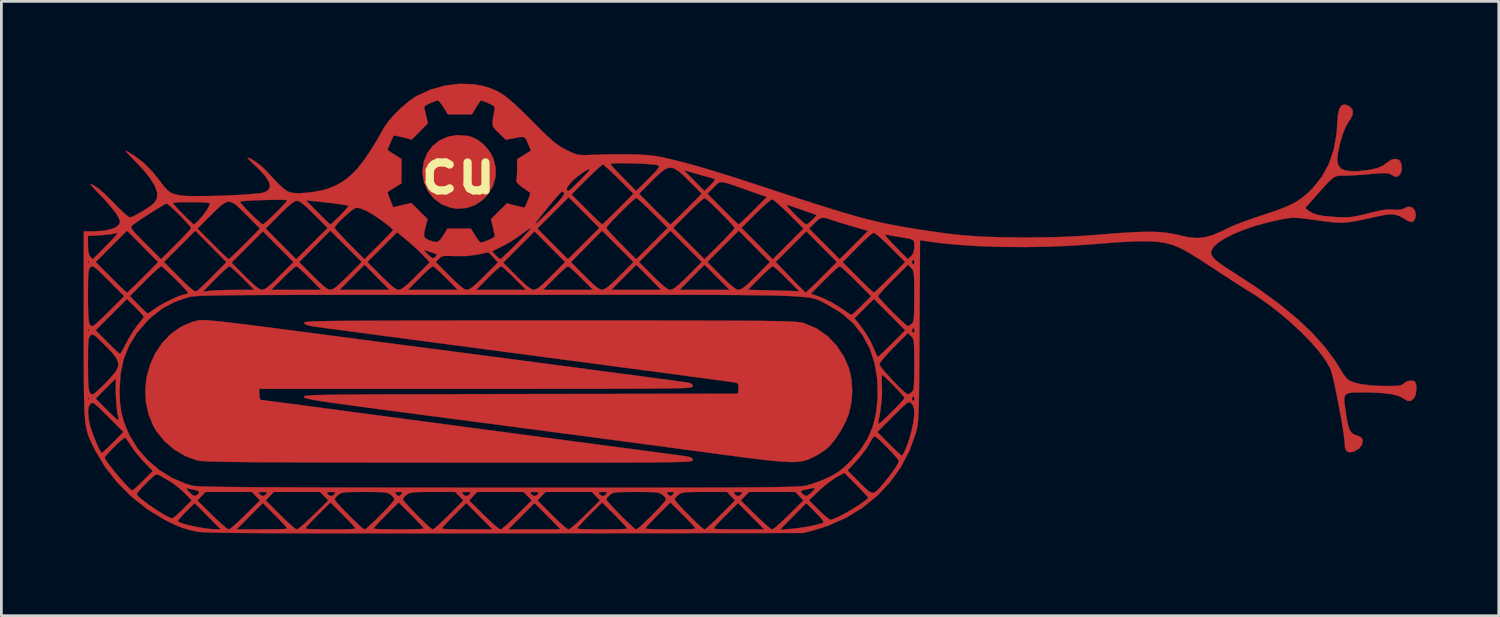
<source format=kicad_pcb>
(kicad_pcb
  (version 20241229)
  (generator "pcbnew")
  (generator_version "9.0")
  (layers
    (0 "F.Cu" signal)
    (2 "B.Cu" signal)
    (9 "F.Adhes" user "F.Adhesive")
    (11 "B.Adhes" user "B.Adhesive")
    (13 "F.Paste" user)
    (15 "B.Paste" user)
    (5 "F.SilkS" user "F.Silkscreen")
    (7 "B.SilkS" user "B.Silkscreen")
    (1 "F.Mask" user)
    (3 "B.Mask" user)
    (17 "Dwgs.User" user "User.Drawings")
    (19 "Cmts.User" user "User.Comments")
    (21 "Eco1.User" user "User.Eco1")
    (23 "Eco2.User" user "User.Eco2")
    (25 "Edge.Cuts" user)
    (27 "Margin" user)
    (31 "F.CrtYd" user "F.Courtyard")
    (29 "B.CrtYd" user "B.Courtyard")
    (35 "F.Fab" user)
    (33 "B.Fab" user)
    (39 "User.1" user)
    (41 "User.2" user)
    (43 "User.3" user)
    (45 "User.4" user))
  (footprint "cu"
    (layer "F.Cu")
    (at 13.67 3.201)
    (property "Reference" "cu" (at 0 0 0) (layer "F.SilkS") (effects (font (size 1.524 1.524) (thickness 0.3))))
    (attr through_hole)
    (fp_poly (pts (xy 0.315 -1.299) (xy 0.469 -1.26) (xy 0.71 -1.144) (xy 0.943 -0.954) (xy 1.14 -0.718) (xy 1.272 -0.468) (xy 1.353 -0.124) (xy 1.344 0.21) (xy 1.254 0.523) (xy 1.095 0.804) (xy 0.876 1.04) (xy 0.609 1.218) (xy 0.302 1.329) (xy -0.033 1.359) (xy -0.288 1.323) (xy -0.621 1.194) (xy -0.903 0.987) (xy -1.12 0.715) (xy -1.263 0.394) (xy -1.318 0.039) (xy -1.319 0.019) (xy -1.276 -0.343) (xy -1.15 -0.661) (xy -0.953 -0.926) (xy -0.696 -1.132) (xy -0.391 -1.268) (xy -0.05 -1.326) (xy 0.315 -1.299)) (stroke (width 0.01) (type solid)) (fill yes) (layer "F.Cu"))
    (fp_poly (pts (xy 4.438 5.436) (xy 5.46 5.436) (xy 6.391 5.436) (xy 7.233 5.436) (xy 7.992 5.437) (xy 8.672 5.438) (xy 9.278 5.439) (xy 9.815 5.441) (xy 10.286 5.443) (xy 10.697 5.445) (xy 11.053 5.448) (xy 11.357 5.452) (xy 11.614 5.456) (xy 11.829 5.461) (xy 12.007 5.466) (xy 12.152 5.473) (xy 12.269 5.48) (xy 12.361 5.488) (xy 12.435 5.497) (xy 12.493 5.506) (xy 12.542 5.517) (xy 12.585 5.529) (xy 12.606 5.535) (xy 13.054 5.725) (xy 13.45 6) (xy 13.787 6.352) (xy 14.06 6.775) (xy 14.23 7.169) (xy 14.321 7.553) (xy 14.351 7.983) (xy 14.32 8.42) (xy 14.228 8.83) (xy 14.226 8.837) (xy 14.111 9.122) (xy 13.951 9.424) (xy 13.765 9.713) (xy 13.573 9.959) (xy 13.421 10.11) (xy 13.274 10.216) (xy 13.08 10.335) (xy 12.911 10.426) (xy 12.796 10.479) (xy 12.683 10.523) (xy 12.562 10.556) (xy 12.425 10.579) (xy 12.264 10.591) (xy 12.069 10.592) (xy 11.832 10.581) (xy 11.545 10.557) (xy 11.199 10.522) (xy 10.785 10.473) (xy 10.295 10.411) (xy 9.721 10.335) (xy 9.169 10.261) (xy 8.671 10.194) (xy 8.198 10.131) (xy 7.742 10.069) (xy 7.297 10.01) (xy 6.854 9.951) (xy 6.404 9.891) (xy 5.941 9.829) (xy 5.457 9.765) (xy 4.943 9.697) (xy 4.392 9.624) (xy 3.795 9.546) (xy 3.146 9.46) (xy 2.436 9.367) (xy 1.657 9.264) (xy 0.802 9.152) (xy -0.138 9.029) (xy -1.17 8.894) (xy -1.257 8.882) (xy -2.027 8.781) (xy -2.702 8.692) (xy -3.289 8.614) (xy -3.793 8.546) (xy -4.22 8.488) (xy -4.578 8.437) (xy -4.871 8.395) (xy -5.106 8.358) (xy -5.289 8.328) (xy -5.426 8.301) (xy -5.523 8.279) (xy -5.587 8.259) (xy -5.623 8.242) (xy -5.638 8.225) (xy -5.639 8.218) (xy -5.635 8.206) (xy -5.621 8.195) (xy -5.593 8.185) (xy -5.544 8.177) (xy -5.471 8.169) (xy -5.37 8.162) (xy -5.234 8.155) (xy -5.061 8.15) (xy -4.844 8.145) (xy -4.579 8.14) (xy -4.263 8.137) (xy -3.889 8.133) (xy -3.453 8.13) (xy -2.951 8.128) (xy -2.378 8.125) (xy -1.729 8.123) (xy -1 8.122) (xy -0.185 8.12) (xy 0.719 8.118) (xy 1.718 8.116) (xy 2.273 8.115) (xy 10.185 8.103) (xy 10.201 7.914) (xy 10.202 7.785) (xy 10.166 7.723) (xy 10.099 7.698) (xy 10.033 7.688) (xy 9.873 7.665) (xy 9.627 7.631) (xy 9.301 7.587) (xy 8.903 7.533) (xy 8.44 7.471) (xy 7.919 7.401) (xy 7.347 7.325) (xy 6.731 7.243) (xy 6.078 7.157) (xy 5.395 7.067) (xy 5.156 7.035) (xy 4.066 6.891) (xy 3.004 6.751) (xy 1.977 6.615) (xy 0.991 6.485) (xy 0.051 6.361) (xy -0.835 6.244) (xy -1.662 6.134) (xy -2.424 6.033) (xy -3.114 5.942) (xy -3.726 5.86) (xy -4.255 5.79) (xy -4.693 5.732) (xy -4.953 5.697) (xy -5.231 5.657) (xy -5.423 5.624) (xy -5.543 5.592) (xy -5.607 5.559) (xy -5.63 5.522) (xy -5.627 5.511) (xy -5.614 5.501) (xy -5.584 5.492) (xy -5.533 5.484) (xy -5.458 5.477) (xy -5.354 5.47) (xy -5.216 5.465) (xy -5.04 5.459) (xy -4.822 5.455) (xy -4.557 5.451) (xy -4.241 5.448) (xy -3.87 5.445) (xy -3.439 5.443) (xy -2.944 5.441) (xy -2.38 5.439) (xy -1.743 5.438) (xy -1.029 5.437) (xy -0.233 5.436) (xy 0.649 5.436) (xy 1.621 5.436) (xy 2.688 5.436) (xy 3.318 5.436) (xy 4.438 5.436)) (stroke (width 0.01) (type solid)) (fill yes) (layer "F.Cu"))
    (fp_poly (pts (xy -9.28 5.421) (xy -9.148 5.427) (xy -8.978 5.441) (xy -8.763 5.462) (xy -8.494 5.491) (xy -8.165 5.53) (xy -7.768 5.579) (xy -7.296 5.639) (xy -6.742 5.71) (xy -6.099 5.794) (xy -5.734 5.842) (xy -5.136 5.92) (xy -4.561 5.996) (xy -4.016 6.067) (xy -3.511 6.133) (xy -3.056 6.193) (xy -2.659 6.245) (xy -2.329 6.288) (xy -2.076 6.321) (xy -1.91 6.342) (xy -1.854 6.349) (xy -1.51 6.394) (xy -1.101 6.447) (xy -0.635 6.508) (xy -0.119 6.575) (xy 0.438 6.648) (xy 1.029 6.725) (xy 1.644 6.806) (xy 2.276 6.889) (xy 2.918 6.973) (xy 3.56 7.058) (xy 4.195 7.141) (xy 4.814 7.223) (xy 5.411 7.302) (xy 5.975 7.377) (xy 6.501 7.446) (xy 6.978 7.51) (xy 7.4 7.566) (xy 7.758 7.614) (xy 8.045 7.653) (xy 8.251 7.681) (xy 8.37 7.697) (xy 8.395 7.701) (xy 8.508 7.755) (xy 8.534 7.827) (xy 8.533 7.84) (xy 8.524 7.852) (xy 8.505 7.863) (xy 8.469 7.872) (xy 8.413 7.881) (xy 8.331 7.888) (xy 8.219 7.895) (xy 8.072 7.9) (xy 7.886 7.905) (xy 7.656 7.91) (xy 7.376 7.913) (xy 7.043 7.916) (xy 6.652 7.919) (xy 6.197 7.921) (xy 5.675 7.922) (xy 5.081 7.923) (xy 4.409 7.924) (xy 3.656 7.924) (xy 2.816 7.925) (xy 1.885 7.925) (xy 0.857 7.925) (xy 0.635 7.925) (xy -7.264 7.925) (xy -7.264 8.128) (xy -7.251 8.264) (xy -7.215 8.329) (xy -7.205 8.331) (xy -7.143 8.338) (xy -6.992 8.356) (xy -6.763 8.386) (xy -6.467 8.424) (xy -6.117 8.47) (xy -5.724 8.522) (xy -5.299 8.578) (xy -5.262 8.583) (xy -4.855 8.638) (xy -4.379 8.701) (xy -3.842 8.773) (xy -3.251 8.851) (xy -2.615 8.936) (xy -1.941 9.026) (xy -1.236 9.119) (xy -0.509 9.216) (xy 0.232 9.314) (xy 0.98 9.414) (xy 1.728 9.513) (xy 2.467 9.611) (xy 3.189 9.707) (xy 3.888 9.799) (xy 4.554 9.887) (xy 5.181 9.97) (xy 5.761 10.047) (xy 6.285 10.116) (xy 6.747 10.177) (xy 7.137 10.229) (xy 7.45 10.27) (xy 7.676 10.3) (xy 7.798 10.315) (xy 8.084 10.353) (xy 8.285 10.383) (xy 8.416 10.409) (xy 8.49 10.437) (xy 8.525 10.469) (xy 8.534 10.511) (xy 8.534 10.521) (xy 8.532 10.533) (xy 8.524 10.544) (xy 8.503 10.554) (xy 8.467 10.563) (xy 8.411 10.571) (xy 8.33 10.579) (xy 8.22 10.585) (xy 8.077 10.591) (xy 7.895 10.595) (xy 7.671 10.6) (xy 7.401 10.603) (xy 7.079 10.606) (xy 6.701 10.609) (xy 6.264 10.611) (xy 5.761 10.612) (xy 5.19 10.613) (xy 4.546 10.614) (xy 3.823 10.614) (xy 3.018 10.614) (xy 2.127 10.614) (xy 1.144 10.614) (xy 0.066 10.613) (xy -0.343 10.613) (xy -1.481 10.612) (xy -2.522 10.612) (xy -3.47 10.61) (xy -4.33 10.609) (xy -5.105 10.608) (xy -5.8 10.606) (xy -6.42 10.603) (xy -6.968 10.601) (xy -7.449 10.598) (xy -7.867 10.594) (xy -8.227 10.59) (xy -8.533 10.586) (xy -8.789 10.58) (xy -9 10.575) (xy -9.169 10.568) (xy -9.302 10.561) (xy -9.402 10.553) (xy -9.474 10.545) (xy -9.518 10.537) (xy -9.952 10.383) (xy -10.359 10.144) (xy -10.72 9.837) (xy -11.014 9.477) (xy -11.119 9.301) (xy -11.304 8.858) (xy -11.404 8.397) (xy -11.424 7.931) (xy -11.369 7.47) (xy -11.243 7.027) (xy -11.051 6.613) (xy -10.799 6.241) (xy -10.491 5.922) (xy -10.132 5.667) (xy -9.726 5.489) (xy -9.518 5.434) (xy -9.458 5.425) (xy -9.381 5.42) (xy -9.28 5.421)) (stroke (width 0.01) (type solid)) (fill yes) (layer "F.Cu"))
    (fp_poly (pts (xy 0.534 -3.18) (xy 0.833 -3.129) (xy 1.06 -3.068) (xy 1.263 -2.996) (xy 1.455 -2.903) (xy 1.65 -2.78) (xy 1.861 -2.616) (xy 2.102 -2.403) (xy 2.386 -2.132) (xy 2.667 -1.852) (xy 2.949 -1.57) (xy 3.173 -1.351) (xy 3.353 -1.183) (xy 3.502 -1.055) (xy 3.632 -0.958) (xy 3.756 -0.878) (xy 3.888 -0.807) (xy 3.935 -0.784) (xy 4.126 -0.691) (xy 4.268 -0.634) (xy 4.397 -0.605) (xy 4.547 -0.596) (xy 4.754 -0.601) (xy 4.823 -0.604) (xy 5.46 -0.624) (xy 6.029 -0.629) (xy 6.523 -0.618) (xy 6.933 -0.592) (xy 7.253 -0.552) (xy 7.315 -0.54) (xy 7.646 -0.468) (xy 7.99 -0.385) (xy 8.358 -0.289) (xy 8.761 -0.177) (xy 9.209 -0.044) (xy 9.715 0.112) (xy 10.287 0.294) (xy 10.939 0.506) (xy 11.328 0.635) (xy 12.035 0.868) (xy 12.657 1.07) (xy 13.203 1.245) (xy 13.686 1.396) (xy 14.115 1.526) (xy 14.501 1.636) (xy 14.855 1.731) (xy 15.188 1.813) (xy 15.509 1.886) (xy 15.831 1.951) (xy 16.163 2.012) (xy 16.515 2.072) (xy 16.713 2.104) (xy 17.305 2.195) (xy 17.836 2.267) (xy 18.332 2.321) (xy 18.82 2.36) (xy 19.326 2.386) (xy 19.877 2.401) (xy 20.499 2.406) (xy 20.599 2.407) (xy 21.196 2.404) (xy 21.725 2.395) (xy 22.219 2.378) (xy 22.712 2.351) (xy 23.236 2.314) (xy 23.52 2.29) (xy 24.098 2.245) (xy 24.588 2.215) (xy 25.004 2.201) (xy 25.36 2.202) (xy 25.669 2.22) (xy 25.943 2.254) (xy 26.197 2.304) (xy 26.314 2.333) (xy 26.641 2.405) (xy 26.934 2.427) (xy 27.218 2.396) (xy 27.518 2.309) (xy 27.859 2.162) (xy 28.048 2.066) (xy 28.214 1.99) (xy 28.451 1.894) (xy 28.735 1.788) (xy 29.04 1.683) (xy 29.216 1.625) (xy 29.654 1.481) (xy 30.009 1.352) (xy 30.299 1.228) (xy 30.539 1.102) (xy 30.746 0.964) (xy 30.936 0.806) (xy 31.127 0.619) (xy 31.13 0.616) (xy 31.47 0.195) (xy 31.728 -0.276) (xy 31.907 -0.802) (xy 32.009 -1.388) (xy 32.033 -1.746) (xy 32.058 -2.062) (xy 32.109 -2.282) (xy 32.189 -2.409) (xy 32.299 -2.446) (xy 32.443 -2.396) (xy 32.501 -2.359) (xy 32.596 -2.24) (xy 32.599 -2.085) (xy 32.511 -1.9) (xy 32.465 -1.839) (xy 32.348 -1.643) (xy 32.235 -1.367) (xy 32.135 -1.031) (xy 32.061 -0.695) (xy 32.033 -0.43) (xy 32.067 -0.236) (xy 32.168 -0.104) (xy 32.344 -0.03) (xy 32.603 -0.006) (xy 32.806 -0.013) (xy 33.188 -0.055) (xy 33.482 -0.119) (xy 33.7 -0.211) (xy 33.832 -0.312) (xy 33.982 -0.418) (xy 34.136 -0.459) (xy 34.268 -0.431) (xy 34.339 -0.359) (xy 34.386 -0.201) (xy 34.381 -0.031) (xy 34.328 0.105) (xy 34.312 0.123) (xy 34.223 0.19) (xy 34.134 0.189) (xy 34.007 0.12) (xy 34.006 0.12) (xy 33.943 0.085) (xy 33.867 0.065) (xy 33.757 0.059) (xy 33.594 0.065) (xy 33.359 0.083) (xy 33.234 0.095) (xy 32.951 0.118) (xy 32.671 0.137) (xy 32.427 0.149) (xy 32.264 0.153) (xy 32.145 0.153) (xy 32.049 0.162) (xy 31.963 0.188) (xy 31.874 0.241) (xy 31.769 0.33) (xy 31.637 0.466) (xy 31.465 0.656) (xy 31.239 0.911) (xy 31.194 0.963) (xy 30.867 1.335) (xy 30.982 1.428) (xy 31.122 1.515) (xy 31.304 1.579) (xy 31.548 1.624) (xy 31.87 1.654) (xy 32.005 1.662) (xy 32.242 1.671) (xy 32.433 1.669) (xy 32.611 1.651) (xy 32.808 1.614) (xy 33.057 1.555) (xy 33.174 1.525) (xy 33.475 1.452) (xy 33.703 1.406) (xy 33.881 1.387) (xy 34.032 1.388) (xy 34.075 1.393) (xy 34.27 1.403) (xy 34.406 1.374) (xy 34.468 1.341) (xy 34.627 1.281) (xy 34.763 1.308) (xy 34.858 1.407) (xy 34.896 1.564) (xy 34.88 1.696) (xy 34.82 1.814) (xy 34.718 1.843) (xy 34.57 1.783) (xy 34.529 1.756) (xy 34.312 1.629) (xy 34.113 1.567) (xy 33.896 1.564) (xy 33.655 1.605) (xy 33.255 1.693) (xy 32.936 1.762) (xy 32.681 1.813) (xy 32.472 1.847) (xy 32.291 1.865) (xy 32.12 1.869) (xy 31.942 1.86) (xy 31.738 1.838) (xy 31.491 1.806) (xy 31.232 1.77) (xy 30.925 1.73) (xy 30.695 1.703) (xy 30.521 1.69) (xy 30.378 1.689) (xy 30.245 1.702) (xy 30.098 1.726) (xy 30.006 1.744) (xy 29.507 1.855) (xy 29.04 1.985) (xy 28.614 2.13) (xy 28.24 2.284) (xy 27.925 2.444) (xy 27.68 2.604) (xy 27.514 2.762) (xy 27.437 2.911) (xy 27.432 2.954) (xy 27.449 3.041) (xy 27.506 3.133) (xy 27.613 3.24) (xy 27.78 3.37) (xy 28.017 3.532) (xy 28.296 3.709) (xy 29.142 4.265) (xy 29.891 4.809) (xy 30.546 5.344) (xy 31.108 5.872) (xy 31.581 6.397) (xy 31.967 6.92) (xy 32.156 7.229) (xy 32.262 7.397) (xy 32.371 7.536) (xy 32.449 7.608) (xy 32.64 7.693) (xy 32.919 7.758) (xy 33.271 7.802) (xy 33.683 7.821) (xy 33.787 7.822) (xy 34.044 7.821) (xy 34.221 7.814) (xy 34.335 7.799) (xy 34.408 7.772) (xy 34.46 7.73) (xy 34.468 7.722) (xy 34.577 7.651) (xy 34.711 7.622) (xy 34.83 7.639) (xy 34.88 7.68) (xy 34.915 7.807) (xy 34.915 7.98) (xy 34.885 8.152) (xy 34.828 8.275) (xy 34.824 8.28) (xy 34.711 8.367) (xy 34.593 8.364) (xy 34.46 8.283) (xy 34.282 8.19) (xy 34.017 8.121) (xy 33.661 8.077) (xy 33.211 8.057) (xy 33.086 8.056) (xy 32.775 8.055) (xy 32.552 8.063) (xy 32.406 8.093) (xy 32.323 8.155) (xy 32.29 8.261) (xy 32.295 8.422) (xy 32.324 8.649) (xy 32.334 8.721) (xy 32.383 9.035) (xy 32.431 9.263) (xy 32.486 9.421) (xy 32.555 9.524) (xy 32.645 9.589) (xy 32.743 9.624) (xy 32.887 9.682) (xy 32.952 9.76) (xy 32.96 9.796) (xy 32.936 9.958) (xy 32.829 10.102) (xy 32.658 10.204) (xy 32.639 10.211) (xy 32.471 10.24) (xy 32.365 10.19) (xy 32.315 10.058) (xy 32.309 9.958) (xy 32.298 9.81) (xy 32.27 9.586) (xy 32.227 9.304) (xy 32.172 8.982) (xy 32.109 8.639) (xy 32.043 8.293) (xy 31.975 7.963) (xy 31.911 7.667) (xy 31.853 7.423) (xy 31.804 7.251) (xy 31.781 7.188) (xy 31.618 6.901) (xy 31.379 6.577) (xy 31.076 6.226) (xy 30.723 5.863) (xy 30.33 5.498) (xy 29.912 5.143) (xy 29.481 4.812) (xy 29.049 4.514) (xy 28.88 4.409) (xy 28.688 4.29) (xy 28.436 4.13) (xy 28.145 3.942) (xy 27.839 3.743) (xy 27.563 3.561) (xy 27.28 3.375) (xy 27.004 3.198) (xy 26.755 3.043) (xy 26.551 2.921) (xy 26.412 2.843) (xy 26.408 2.841) (xy 26.203 2.745) (xy 25.998 2.669) (xy 25.781 2.612) (xy 25.54 2.572) (xy 25.264 2.549) (xy 24.941 2.543) (xy 24.56 2.553) (xy 24.108 2.577) (xy 23.575 2.616) (xy 23.19 2.647) (xy 22.359 2.705) (xy 21.505 2.742) (xy 20.646 2.756) (xy 19.8 2.75) (xy 18.986 2.723) (xy 18.222 2.675) (xy 17.526 2.607) (xy 17.06 2.543) (xy 16.822 2.505) (xy 16.803 5.812) (xy 16.799 6.474) (xy 16.795 7.042) (xy 16.791 7.526) (xy 16.787 7.932) (xy 16.782 8.269) (xy 16.776 8.546) (xy 16.769 8.77) (xy 16.761 8.951) (xy 16.75 9.095) (xy 16.738 9.211) (xy 16.723 9.308) (xy 16.706 9.393) (xy 16.685 9.475) (xy 16.671 9.525) (xy 16.441 10.174) (xy 16.122 10.779) (xy 15.723 11.335) (xy 15.25 11.833) (xy 14.71 12.268) (xy 14.111 12.633) (xy 13.458 12.921) (xy 12.994 13.068) (xy 12.573 13.181) (xy 1.702 13.19) (xy 0.423 13.191) (xy -0.757 13.192) (xy -1.844 13.192) (xy -2.84 13.192) (xy -3.749 13.192) (xy -4.576 13.192) (xy -5.323 13.19) (xy -5.995 13.189) (xy -6.595 13.187) (xy -7.127 13.185) (xy -7.594 13.182) (xy -8.001 13.179) (xy -8.352 13.175) (xy -8.649 13.17) (xy -8.897 13.166) (xy -9.099 13.16) (xy -9.259 13.154) (xy -9.381 13.147) (xy -9.469 13.14) (xy -9.525 13.132) (xy -9.815 13.069) (xy -9.826 13.066) (xy 11.709 13.066) (xy 12.116 13.031) (xy 12.374 13.003) (xy 12.652 12.961) (xy 12.878 12.919) (xy 13.063 12.875) (xy 13.212 12.835) (xy 13.295 12.807) (xy 13.296 12.807) (xy 13.296 12.755) (xy 13.214 12.642) (xy 13.053 12.468) (xy 13.016 12.432) (xy 12.672 12.091) (xy 12.191 12.578) (xy 11.709 13.066) (xy -9.826 13.066) (xy -10.075 12.991) (xy -10.337 12.884) (xy -10.607 12.753) (xy -10.235 12.753) (xy -10.165 12.797) (xy -10.015 12.848) (xy -9.81 12.902) (xy -9.571 12.954) (xy -9.32 12.999) (xy -9.08 13.032) (xy -8.873 13.049) (xy -8.866 13.049) (xy -8.663 13.056) (xy -9.624 12.091) (xy -9.94 12.404) (xy -10.079 12.548) (xy -10.182 12.665) (xy -10.233 12.739) (xy -10.235 12.753) (xy -10.607 12.753) (xy -10.638 12.738) (xy -10.754 12.677) (xy -11.371 12.297) (xy -11.942 11.842) (xy -12.018 11.765) (xy -11.735 11.765) (xy -11.694 11.828) (xy -11.584 11.928) (xy -11.423 12.055) (xy -11.23 12.195) (xy -11.023 12.335) (xy -10.821 12.463) (xy -10.642 12.566) (xy -10.505 12.632) (xy -10.439 12.649) (xy -10.382 12.615) (xy -10.273 12.524) (xy -10.133 12.392) (xy -10.059 12.319) (xy -9.736 11.994) (xy -9.524 11.994) (xy -8.986 12.525) (xy -8.793 12.711) (xy -8.621 12.869) (xy -8.485 12.986) (xy -8.4 13.048) (xy -8.382 13.056) (xy -8.101 13.056) (xy -7.174 13.056) (xy -6.88 13.054) (xy -6.625 13.048) (xy -6.424 13.039) (xy -6.293 13.028) (xy -6.248 13.016) (xy -6.282 12.968) (xy -6.375 12.863) (xy -6.513 12.717) (xy -6.682 12.546) (xy -6.694 12.534) (xy -7.139 12.09) (xy -7.62 12.573) (xy -8.101 13.056) (xy -8.382 13.056) (xy -8.324 13.022) (xy -8.209 12.928) (xy -8.052 12.787) (xy -7.866 12.611) (xy -7.778 12.525) (xy -7.24 11.994) (xy -7.243 11.991) (xy -7.032 11.991) (xy -6.501 12.523) (xy -6.309 12.711) (xy -6.138 12.87) (xy -6.003 12.987) (xy -5.917 13.049) (xy -5.898 13.056) (xy -5.838 13.021) (xy -5.832 13.016) (xy -5.588 13.016) (xy -5.54 13.029) (xy -5.406 13.04) (xy -5.203 13.048) (xy -4.946 13.054) (xy -4.674 13.056) (xy -4.381 13.054) (xy -4.128 13.048) (xy -3.929 13.039) (xy -3.801 13.028) (xy -3.759 13.016) (xy -3.793 12.968) (xy -3.886 12.863) (xy -4.025 12.717) (xy -4.194 12.544) (xy -4.216 12.522) (xy -4.674 12.067) (xy -5.131 12.522) (xy -5.304 12.697) (xy -5.446 12.847) (xy -5.546 12.958) (xy -5.587 13.014) (xy -5.588 13.016) (xy -5.832 13.016) (xy -5.722 12.928) (xy -5.563 12.786) (xy -5.377 12.611) (xy -5.289 12.525) (xy -4.751 11.994) (xy -4.79 11.954) (xy -4.521 11.954) (xy -4.487 12.01) (xy -4.394 12.12) (xy -4.259 12.267) (xy -4.096 12.436) (xy -3.923 12.612) (xy -3.754 12.777) (xy -3.605 12.917) (xy -3.492 13.015) (xy -3.431 13.055) (xy -3.429 13.056) (xy -3.376 13.021) (xy -3.37 13.016) (xy -3.099 13.016) (xy -3.051 13.029) (xy -2.917 13.04) (xy -2.714 13.048) (xy -2.457 13.054) (xy -2.184 13.056) (xy -1.892 13.054) (xy -1.639 13.048) (xy -1.44 13.039) (xy -1.312 13.028) (xy -1.27 13.016) (xy -1.304 12.968) (xy -1.397 12.863) (xy -1.535 12.717) (xy -1.705 12.544) (xy -1.727 12.522) (xy -2.184 12.067) (xy -2.642 12.522) (xy -2.814 12.697) (xy -2.957 12.847) (xy -3.056 12.958) (xy -3.098 13.014) (xy -3.099 13.016) (xy -3.37 13.016) (xy -3.267 12.927) (xy -3.114 12.786) (xy -2.934 12.611) (xy -2.857 12.534) (xy -2.672 12.345) (xy -2.516 12.178) (xy -2.402 12.047) (xy -2.342 11.968) (xy -2.337 11.954) (xy -2.032 11.954) (xy -1.998 12.01) (xy -1.905 12.12) (xy -1.769 12.267) (xy -1.607 12.436) (xy -1.434 12.612) (xy -1.265 12.777) (xy -1.116 12.917) (xy -1.003 13.015) (xy -0.942 13.055) (xy -0.94 13.056) (xy -0.887 13.021) (xy -0.881 13.016) (xy -0.61 13.016) (xy -0.561 13.029) (xy -0.428 13.04) (xy -0.224 13.048) (xy 0.033 13.054) (xy 0.316 13.056) (xy 1.243 13.056) (xy 0.762 12.573) (xy 0.281 12.09) (xy -0.164 12.534) (xy -0.334 12.706) (xy -0.475 12.854) (xy -0.571 12.962) (xy -0.609 13.015) (xy -0.61 13.016) (xy -0.881 13.016) (xy -0.778 12.927) (xy -0.625 12.785) (xy -0.443 12.609) (xy -0.357 12.523) (xy 0.171 11.994) (xy 0.382 11.994) (xy 0.92 12.525) (xy 1.113 12.711) (xy 1.285 12.869) (xy 1.421 12.986) (xy 1.506 13.048) (xy 1.524 13.056) (xy 1.805 13.056) (xy 2.757 13.056) (xy 3.055 13.055) (xy 3.315 13.053) (xy 3.521 13.05) (xy 3.658 13.046) (xy 3.708 13.042) (xy 3.708 13.042) (xy 3.675 13.003) (xy 3.582 12.907) (xy 3.444 12.766) (xy 3.273 12.595) (xy 3.238 12.559) (xy 2.767 12.09) (xy 2.286 12.573) (xy 1.805 13.056) (xy 1.524 13.056) (xy 1.582 13.022) (xy 1.697 12.928) (xy 1.854 12.787) (xy 2.04 12.611) (xy 2.128 12.525) (xy 2.666 11.994) (xy 2.663 11.991) (xy 2.874 11.991) (xy 3.405 12.523) (xy 3.597 12.711) (xy 3.768 12.87) (xy 3.903 12.987) (xy 3.989 13.049) (xy 4.008 13.056) (xy 4.068 13.021) (xy 4.074 13.016) (xy 4.318 13.016) (xy 4.366 13.029) (xy 4.5 13.04) (xy 4.703 13.048) (xy 4.96 13.054) (xy 5.232 13.056) (xy 5.524 13.054) (xy 5.778 13.048) (xy 5.977 13.039) (xy 6.105 13.028) (xy 6.147 13.016) (xy 6.113 12.968) (xy 6.02 12.863) (xy 5.881 12.717) (xy 5.712 12.544) (xy 5.69 12.522) (xy 5.232 12.067) (xy 4.775 12.522) (xy 4.602 12.697) (xy 4.46 12.847) (xy 4.36 12.958) (xy 4.319 13.014) (xy 4.318 13.016) (xy 4.074 13.016) (xy 4.184 12.928) (xy 4.343 12.786) (xy 4.529 12.611) (xy 4.617 12.525) (xy 5.155 11.994) (xy 5.116 11.954) (xy 5.385 11.954) (xy 5.419 12.01) (xy 5.512 12.12) (xy 5.647 12.267) (xy 5.81 12.436) (xy 5.983 12.612) (xy 6.152 12.777) (xy 6.301 12.917) (xy 6.414 13.015) (xy 6.475 13.055) (xy 6.477 13.056) (xy 6.53 13.021) (xy 6.536 13.016) (xy 6.807 13.016) (xy 6.855 13.029) (xy 6.989 13.04) (xy 7.192 13.048) (xy 7.449 13.054) (xy 7.722 13.056) (xy 8.014 13.054) (xy 8.267 13.048) (xy 8.466 13.039) (xy 8.594 13.028) (xy 8.636 13.016) (xy 8.602 12.968) (xy 8.509 12.863) (xy 8.371 12.717) (xy 8.201 12.544) (xy 8.179 12.522) (xy 7.722 12.067) (xy 7.264 12.522) (xy 7.092 12.697) (xy 6.949 12.847) (xy 6.85 12.958) (xy 6.808 13.014) (xy 6.807 13.016) (xy 6.536 13.016) (xy 6.639 12.927) (xy 6.792 12.786) (xy 6.972 12.611) (xy 7.049 12.534) (xy 7.234 12.345) (xy 7.39 12.178) (xy 7.504 12.047) (xy 7.564 11.968) (xy 7.569 11.954) (xy 7.874 11.954) (xy 7.908 12.01) (xy 8.001 12.12) (xy 8.137 12.267) (xy 8.299 12.436) (xy 8.472 12.612) (xy 8.641 12.777) (xy 8.79 12.917) (xy 8.903 13.015) (xy 8.964 13.055) (xy 8.966 13.056) (xy 9.019 13.021) (xy 9.025 13.016) (xy 9.296 13.016) (xy 9.345 13.029) (xy 9.478 13.04) (xy 9.682 13.048) (xy 9.939 13.054) (xy 10.222 13.056) (xy 11.149 13.056) (xy 10.668 12.573) (xy 10.187 12.09) (xy 9.742 12.534) (xy 9.572 12.706) (xy 9.431 12.854) (xy 9.335 12.962) (xy 9.297 13.015) (xy 9.296 13.016) (xy 9.025 13.016) (xy 9.128 12.927) (xy 9.281 12.785) (xy 9.463 12.609) (xy 9.549 12.523) (xy 10.077 11.994) (xy 10.288 11.994) (xy 10.826 12.525) (xy 11.019 12.711) (xy 11.191 12.869) (xy 11.327 12.986) (xy 11.412 13.048) (xy 11.43 13.056) (xy 11.488 13.022) (xy 11.603 12.928) (xy 11.76 12.787) (xy 11.946 12.611) (xy 12.034 12.525) (xy 12.572 11.994) (xy 12.563 11.985) (xy 12.776 11.985) (xy 13.13 12.342) (xy 13.289 12.495) (xy 13.428 12.615) (xy 13.528 12.687) (xy 13.562 12.7) (xy 13.643 12.677) (xy 13.784 12.619) (xy 13.959 12.536) (xy 13.992 12.519) (xy 14.176 12.418) (xy 14.375 12.3) (xy 14.57 12.176) (xy 14.74 12.06) (xy 14.867 11.965) (xy 14.931 11.904) (xy 14.935 11.894) (xy 14.901 11.848) (xy 14.809 11.746) (xy 14.673 11.603) (xy 14.506 11.432) (xy 14.499 11.425) (xy 14.062 10.987) (xy 13.778 11.145) (xy 13.61 11.254) (xy 13.406 11.409) (xy 13.202 11.582) (xy 13.135 11.644) (xy 12.776 11.985) (xy 12.563 11.985) (xy 12.423 11.839) (xy 12.275 11.684) (xy 10.585 11.684) (xy 10.437 11.839) (xy 10.288 11.994) (xy 10.077 11.994) (xy 10.08 11.991) (xy 9.933 11.838) (xy 9.813 11.713) (xy 10.031 11.713) (xy 10.058 11.76) (xy 10.142 11.825) (xy 10.185 11.836) (xy 10.269 11.801) (xy 10.312 11.76) (xy 10.34 11.711) (xy 10.3 11.689) (xy 10.185 11.684) (xy 10.066 11.689) (xy 10.031 11.713) (xy 9.813 11.713) (xy 9.785 11.684) (xy 8.964 11.684) (xy 8.653 11.685) (xy 8.428 11.689) (xy 8.269 11.698) (xy 8.161 11.715) (xy 8.086 11.74) (xy 8.026 11.775) (xy 8.008 11.789) (xy 7.916 11.878) (xy 7.874 11.95) (xy 7.874 11.954) (xy 7.569 11.954) (xy 7.533 11.884) (xy 7.444 11.796) (xy 7.435 11.789) (xy 7.378 11.75) (xy 7.309 11.722) (xy 7.295 11.719) (xy 7.593 11.719) (xy 7.62 11.76) (xy 7.69 11.824) (xy 7.722 11.836) (xy 7.782 11.802) (xy 7.823 11.76) (xy 7.852 11.708) (xy 7.809 11.687) (xy 7.722 11.684) (xy 7.615 11.691) (xy 7.593 11.719) (xy 7.295 11.719) (xy 7.214 11.703) (xy 7.074 11.691) (xy 6.872 11.686) (xy 6.591 11.684) (xy 6.477 11.684) (xy 6.166 11.685) (xy 5.94 11.689) (xy 5.781 11.698) (xy 5.672 11.714) (xy 5.597 11.739) (xy 5.538 11.775) (xy 5.519 11.789) (xy 5.427 11.878) (xy 5.385 11.95) (xy 5.385 11.954) (xy 5.116 11.954) (xy 5.006 11.839) (xy 4.885 11.713) (xy 5.103 11.713) (xy 5.131 11.76) (xy 5.214 11.825) (xy 5.258 11.836) (xy 5.341 11.801) (xy 5.385 11.76) (xy 5.412 11.711) (xy 5.372 11.689) (xy 5.258 11.684) (xy 5.139 11.689) (xy 5.103 11.713) (xy 4.885 11.713) (xy 4.858 11.684) (xy 3.169 11.684) (xy 3.021 11.838) (xy 2.874 11.991) (xy 2.663 11.991) (xy 2.517 11.839) (xy 2.396 11.713) (xy 2.614 11.713) (xy 2.642 11.76) (xy 2.725 11.825) (xy 2.769 11.836) (xy 2.852 11.801) (xy 2.896 11.76) (xy 2.923 11.711) (xy 2.883 11.689) (xy 2.769 11.684) (xy 2.649 11.689) (xy 2.614 11.713) (xy 2.396 11.713) (xy 2.369 11.684) (xy 0.679 11.684) (xy 0.531 11.839) (xy 0.382 11.994) (xy 0.171 11.994) (xy 0.174 11.991) (xy 0.027 11.838) (xy -0.093 11.713) (xy 0.125 11.713) (xy 0.152 11.76) (xy 0.236 11.825) (xy 0.279 11.836) (xy 0.363 11.801) (xy 0.406 11.76) (xy 0.434 11.711) (xy 0.394 11.689) (xy 0.279 11.684) (xy 0.16 11.689) (xy 0.125 11.713) (xy -0.093 11.713) (xy -0.121 11.684) (xy -0.942 11.684) (xy -1.253 11.685) (xy -1.478 11.689) (xy -1.637 11.698) (xy -1.745 11.715) (xy -1.82 11.74) (xy -1.88 11.775) (xy -1.898 11.789) (xy -1.99 11.878) (xy -2.032 11.95) (xy -2.032 11.954) (xy -2.337 11.954) (xy -2.373 11.884) (xy -2.462 11.796) (xy -2.471 11.789) (xy -2.528 11.75) (xy -2.597 11.722) (xy -2.611 11.719) (xy -2.313 11.719) (xy -2.286 11.76) (xy -2.216 11.824) (xy -2.184 11.836) (xy -2.124 11.802) (xy -2.083 11.76) (xy -2.054 11.708) (xy -2.097 11.687) (xy -2.184 11.684) (xy -2.291 11.691) (xy -2.313 11.719) (xy -2.611 11.719) (xy -2.692 11.703) (xy -2.832 11.691) (xy -3.034 11.686) (xy -3.315 11.684) (xy -3.429 11.684) (xy -3.74 11.685) (xy -3.966 11.689) (xy -4.125 11.698) (xy -4.234 11.714) (xy -4.309 11.739) (xy -4.368 11.775) (xy -4.387 11.789) (xy -4.479 11.878) (xy -4.521 11.95) (xy -4.521 11.954) (xy -4.79 11.954) (xy -4.9 11.839) (xy -5.021 11.713) (xy -4.803 11.713) (xy -4.775 11.76) (xy -4.692 11.825) (xy -4.648 11.836) (xy -4.565 11.801) (xy -4.521 11.76) (xy -4.494 11.711) (xy -4.534 11.689) (xy -4.648 11.684) (xy -4.767 11.689) (xy -4.803 11.713) (xy -5.021 11.713) (xy -5.048 11.684) (xy -6.737 11.684) (xy -6.885 11.838) (xy -7.032 11.991) (xy -7.243 11.991) (xy -7.389 11.839) (xy -7.51 11.713) (xy -7.292 11.713) (xy -7.264 11.76) (xy -7.181 11.825) (xy -7.137 11.836) (xy -7.054 11.801) (xy -7.01 11.76) (xy -6.983 11.711) (xy -7.023 11.689) (xy -7.137 11.684) (xy -7.257 11.689) (xy -7.292 11.713) (xy -7.51 11.713) (xy -7.537 11.684) (xy -9.227 11.684) (xy -9.375 11.839) (xy -9.524 11.994) (xy -9.736 11.994) (xy -9.731 11.989) (xy -10.009 11.707) (xy -10.173 11.556) (xy -9.923 11.556) (xy -9.878 11.625) (xy -9.833 11.676) (xy -9.707 11.794) (xy -9.614 11.831) (xy -9.531 11.795) (xy -9.51 11.775) (xy -9.456 11.701) (xy -9.483 11.653) (xy -9.487 11.651) (xy 12.484 11.651) (xy 12.486 11.69) (xy 12.527 11.74) (xy 12.62 11.818) (xy 12.709 11.821) (xy 12.817 11.744) (xy 12.878 11.684) (xy 12.961 11.595) (xy 12.987 11.549) (xy 12.943 11.54) (xy 12.819 11.562) (xy 12.699 11.587) (xy 12.55 11.622) (xy 12.484 11.651) (xy -9.487 11.651) (xy -9.6 11.616) (xy -9.63 11.61) (xy -9.777 11.579) (xy -9.89 11.548) (xy -9.897 11.546) (xy -9.923 11.556) (xy -10.173 11.556) (xy -10.185 11.545) (xy -10.377 11.393) (xy -10.541 11.285) (xy -10.705 11.193) (xy -10.848 11.11) (xy -10.909 11.073) (xy -10.965 11.044) (xy -11.02 11.044) (xy -11.091 11.084) (xy -11.195 11.174) (xy -11.35 11.325) (xy -11.379 11.353) (xy -11.53 11.509) (xy -11.65 11.643) (xy -11.721 11.736) (xy -11.735 11.765) (xy -12.018 11.765) (xy -12.455 11.326) (xy -12.896 10.762) (xy -13.092 10.433) (xy -12.903 10.433) (xy -12.871 10.504) (xy -12.786 10.631) (xy -12.661 10.796) (xy -12.511 10.982) (xy -12.351 11.172) (xy -12.194 11.35) (xy -12.056 11.497) (xy -11.951 11.597) (xy -11.893 11.633) (xy -11.847 11.6) (xy -11.746 11.509) (xy -11.608 11.377) (xy -11.506 11.278) (xy -11.149 10.923) (xy -11.488 10.57) (xy -11.658 10.381) (xy -11.818 10.183) (xy -11.941 10.01) (xy -11.972 9.96) (xy -12.057 9.821) (xy -12.13 9.728) (xy -12.165 9.703) (xy -12.222 9.737) (xy -12.328 9.827) (xy -12.463 9.952) (xy -12.608 10.094) (xy -12.741 10.232) (xy -12.845 10.348) (xy -12.9 10.422) (xy -12.903 10.433) (xy -13.092 10.433) (xy -13.253 10.162) (xy -13.306 10.055) (xy -13.374 9.913) (xy -13.433 9.786) (xy -13.483 9.666) (xy -13.526 9.545) (xy -13.561 9.415) (xy -13.59 9.268) (xy -13.613 9.095) (xy -13.63 8.889) (xy -13.635 8.805) (xy -13.51 8.805) (xy -13.477 9.083) (xy -13.434 9.273) (xy -13.383 9.442) (xy -13.312 9.638) (xy -13.231 9.84) (xy -13.149 10.025) (xy -13.077 10.169) (xy -13.024 10.251) (xy -13.009 10.262) (xy -12.962 10.228) (xy -12.861 10.136) (xy -12.721 10.002) (xy -12.598 9.88) (xy -12.22 9.499) (xy -12.775 8.942) (xy -12.986 8.731) (xy -13.139 8.584) (xy -13.245 8.492) (xy -13.317 8.445) (xy -13.367 8.436) (xy -13.406 8.454) (xy -13.422 8.468) (xy -13.492 8.597) (xy -13.51 8.805) (xy -13.635 8.805) (xy -13.644 8.64) (xy -13.653 8.341) (xy -13.654 8.28) (xy -13.513 8.28) (xy -13.494 8.322) (xy -13.479 8.314) (xy -13.475 8.28) (xy -13.232 8.28) (xy -12.829 8.685) (xy -12.667 8.844) (xy -12.532 8.971) (xy -12.44 9.05) (xy -12.406 9.07) (xy -12.404 9.013) (xy -12.421 8.889) (xy -12.441 8.789) (xy -12.466 8.619) (xy -12.485 8.388) (xy -12.496 8.135) (xy -12.497 8.037) (xy -12.497 7.976) (xy -12.362 7.976) (xy -12.349 8.404) (xy -12.3 8.771) (xy -12.209 9.114) (xy -12.066 9.471) (xy -11.992 9.627) (xy -11.709 10.094) (xy -11.345 10.517) (xy -10.916 10.882) (xy -10.437 11.179) (xy -9.925 11.393) (xy -9.707 11.454) (xy -9.659 11.462) (xy -9.583 11.47) (xy -9.474 11.477) (xy -9.329 11.483) (xy -9.144 11.489) (xy -8.915 11.494) (xy -8.638 11.499) (xy -8.31 11.503) (xy -7.927 11.507) (xy -7.485 11.51) (xy -6.981 11.513) (xy -6.41 11.516) (xy -5.769 11.518) (xy -5.054 11.52) (xy -4.261 11.522) (xy -3.386 11.524) (xy -2.427 11.525) (xy -1.378 11.526) (xy -0.237 11.527) (xy 1.001 11.527) (xy 1.438 11.527) (xy 2.685 11.528) (xy 3.836 11.528) (xy 4.892 11.528) (xy 5.86 11.528) (xy 6.742 11.528) (xy 7.543 11.527) (xy 8.266 11.526) (xy 8.917 11.525) (xy 9.499 11.523) (xy 10.015 11.521) (xy 10.471 11.518) (xy 10.871 11.516) (xy 11.217 11.512) (xy 11.515 11.508) (xy 11.769 11.504) (xy 11.982 11.499) (xy 12.158 11.493) (xy 12.303 11.487) (xy 12.419 11.48) (xy 12.511 11.473) (xy 12.583 11.465) (xy 12.639 11.456) (xy 12.665 11.451) (xy 12.887 11.389) (xy 13.15 11.296) (xy 13.405 11.191) (xy 13.462 11.165) (xy 13.691 11.047) (xy 13.883 10.924) (xy 13.916 10.897) (xy 14.181 10.897) (xy 14.616 11.337) (xy 14.812 11.533) (xy 14.954 11.659) (xy 15.062 11.717) (xy 15.158 11.708) (xy 15.259 11.633) (xy 15.386 11.495) (xy 15.473 11.393) (xy 15.649 11.179) (xy 15.807 10.971) (xy 15.936 10.787) (xy 16.021 10.644) (xy 16.053 10.561) (xy 16.019 10.5) (xy 15.927 10.388) (xy 15.797 10.243) (xy 15.645 10.084) (xy 15.488 9.927) (xy 15.345 9.79) (xy 15.232 9.693) (xy 15.168 9.652) (xy 15.165 9.652) (xy 15.116 9.694) (xy 15.041 9.802) (xy 14.966 9.934) (xy 14.86 10.105) (xy 14.709 10.31) (xy 14.542 10.51) (xy 14.5 10.556) (xy 14.181 10.897) (xy 13.916 10.897) (xy 14.07 10.77) (xy 14.285 10.563) (xy 14.3 10.547) (xy 14.648 10.149) (xy 14.912 9.74) (xy 15.015 9.499) (xy 15.267 9.499) (xy 15.697 9.931) (xy 15.866 10.098) (xy 16.01 10.236) (xy 16.113 10.329) (xy 16.16 10.363) (xy 16.16 10.363) (xy 16.196 10.321) (xy 16.255 10.211) (xy 16.304 10.105) (xy 16.408 9.826) (xy 16.499 9.512) (xy 16.568 9.2) (xy 16.606 8.926) (xy 16.612 8.814) (xy 16.599 8.63) (xy 16.556 8.513) (xy 16.508 8.456) (xy 16.466 8.423) (xy 16.425 8.411) (xy 16.372 8.43) (xy 16.293 8.487) (xy 16.178 8.592) (xy 16.013 8.753) (xy 15.835 8.93) (xy 15.267 9.499) (xy 15.015 9.499) (xy 15.099 9.302) (xy 15.133 9.161) (xy 15.301 9.161) (xy 15.308 9.194) (xy 15.344 9.185) (xy 15.418 9.126) (xy 15.54 9.011) (xy 15.723 8.833) (xy 15.767 8.789) (xy 15.947 8.609) (xy 16.097 8.451) (xy 16.204 8.332) (xy 16.231 8.295) (xy 16.523 8.295) (xy 16.533 8.327) (xy 16.583 8.379) (xy 16.608 8.333) (xy 16.612 8.27) (xy 16.599 8.197) (xy 16.556 8.214) (xy 16.555 8.215) (xy 16.523 8.295) (xy 16.231 8.295) (xy 16.254 8.264) (xy 16.256 8.257) (xy 16.222 8.205) (xy 16.133 8.1) (xy 16.007 7.963) (xy 15.861 7.81) (xy 15.713 7.661) (xy 15.582 7.533) (xy 15.484 7.446) (xy 15.44 7.417) (xy 15.428 7.463) (xy 15.425 7.587) (xy 15.429 7.763) (xy 15.432 7.811) (xy 15.436 8.094) (xy 15.416 8.403) (xy 15.368 8.765) (xy 15.311 9.093) (xy 15.301 9.161) (xy 15.133 9.161) (xy 15.218 8.814) (xy 15.276 8.259) (xy 15.277 8.227) (xy 15.264 7.585) (xy 15.173 7.031) (xy 15.342 7.031) (xy 15.375 7.096) (xy 15.466 7.214) (xy 15.599 7.369) (xy 15.757 7.544) (xy 15.925 7.721) (xy 16.087 7.885) (xy 16.228 8.018) (xy 16.331 8.104) (xy 16.376 8.128) (xy 16.449 8.097) (xy 16.519 8.044) (xy 16.552 8.005) (xy 16.576 7.948) (xy 16.593 7.856) (xy 16.603 7.717) (xy 16.609 7.514) (xy 16.611 7.233) (xy 16.612 7.037) (xy 16.611 6.709) (xy 16.608 6.468) (xy 16.602 6.297) (xy 16.59 6.181) (xy 16.57 6.105) (xy 16.542 6.054) (xy 16.502 6.011) (xy 16.495 6.004) (xy 16.379 5.895) (xy 15.86 6.416) (xy 15.673 6.61) (xy 15.516 6.785) (xy 15.403 6.925) (xy 15.346 7.014) (xy 15.342 7.031) (xy 15.173 7.031) (xy 15.166 6.99) (xy 14.985 6.447) (xy 14.723 5.96) (xy 14.382 5.532) (xy 14.177 5.353) (xy 14.431 5.353) (xy 14.6 5.56) (xy 14.825 5.868) (xy 15.022 6.202) (xy 15.164 6.515) (xy 15.221 6.653) (xy 15.268 6.74) (xy 15.286 6.756) (xy 15.332 6.722) (xy 15.435 6.629) (xy 15.58 6.49) (xy 15.755 6.318) (xy 15.799 6.273) (xy 16.265 5.805) (xy 16.523 5.805) (xy 16.533 5.838) (xy 16.583 5.89) (xy 16.608 5.843) (xy 16.612 5.781) (xy 16.599 5.707) (xy 16.556 5.725) (xy 16.555 5.726) (xy 16.523 5.805) (xy 16.265 5.805) (xy 16.28 5.79) (xy 15.71 5.22) (xy 15.139 4.65) (xy 14.785 5.002) (xy 14.431 5.353) (xy 14.177 5.353) (xy 13.964 5.167) (xy 13.487 4.877) (xy 13.406 4.835) (xy 13.334 4.795) (xy 13.27 4.759) (xy 13.207 4.726) (xy 13.143 4.695) (xy 13.073 4.668) (xy 12.992 4.643) (xy 12.898 4.62) (xy 12.785 4.6) (xy 12.649 4.583) (xy 12.487 4.567) (xy 12.294 4.553) (xy 12.067 4.541) (xy 11.8 4.531) (xy 11.49 4.522) (xy 11.133 4.515) (xy 10.725 4.51) (xy 10.261 4.505) (xy 9.737 4.501) (xy 9.15 4.499) (xy 8.495 4.497) (xy 7.768 4.496) (xy 6.964 4.495) (xy 6.081 4.495) (xy 5.113 4.495) (xy 4.056 4.495) (xy 2.907 4.496) (xy 1.66 4.496) (xy 1.448 4.496) (xy 0.201 4.496) (xy -0.949 4.496) (xy -2.005 4.496) (xy -2.972 4.497) (xy -3.853 4.497) (xy -4.654 4.498) (xy -5.377 4.499) (xy -6.028 4.5) (xy -6.609 4.502) (xy -7.126 4.504) (xy -7.582 4.506) (xy -7.982 4.509) (xy -8.33 4.512) (xy -8.629 4.516) (xy -8.883 4.52) (xy -9.098 4.525) (xy -9.276 4.53) (xy -9.423 4.536) (xy -9.542 4.543) (xy -9.637 4.55) (xy -9.712 4.558) (xy -9.772 4.567) (xy -9.82 4.576) (xy -9.855 4.585) (xy -10.356 4.757) (xy -10.794 4.992) (xy -11.197 5.304) (xy -11.356 5.456) (xy -11.73 5.888) (xy -12.013 6.345) (xy -12.21 6.838) (xy -12.325 7.379) (xy -12.362 7.976) (xy -12.497 7.976) (xy -12.497 7.545) (xy -12.864 7.912) (xy -13.232 8.28) (xy -13.475 8.28) (xy -13.473 8.254) (xy -13.479 8.247) (xy -13.509 8.254) (xy -13.513 8.28) (xy -13.654 8.28) (xy -13.659 7.984) (xy -13.663 7.56) (xy -13.665 7.062) (xy -13.665 7.034) (xy -13.513 7.034) (xy -13.511 7.397) (xy -13.505 7.671) (xy -13.492 7.868) (xy -13.471 8) (xy -13.439 8.079) (xy -13.395 8.118) (xy -13.337 8.128) (xy -13.336 8.128) (xy -13.28 8.094) (xy -13.171 8.001) (xy -13.025 7.865) (xy -12.892 7.734) (xy -12.657 7.488) (xy -12.499 7.291) (xy -12.416 7.123) (xy -12.409 6.968) (xy -12.478 6.805) (xy -12.621 6.618) (xy -12.839 6.389) (xy -12.863 6.365) (xy -13.054 6.174) (xy -13.189 6.047) (xy -13.28 5.974) (xy -13.341 5.945) (xy -13.385 5.951) (xy -13.421 5.978) (xy -13.453 6.016) (xy -13.477 6.073) (xy -13.493 6.164) (xy -13.504 6.303) (xy -13.51 6.504) (xy -13.512 6.782) (xy -13.513 7.034) (xy -13.665 7.034) (xy -13.665 6.48) (xy -13.665 5.808) (xy -13.665 5.791) (xy -13.513 5.791) (xy -13.494 5.833) (xy -13.479 5.825) (xy -13.475 5.79) (xy -13.232 5.79) (xy -12.802 6.223) (xy -12.633 6.39) (xy -12.491 6.527) (xy -12.39 6.62) (xy -12.346 6.655) (xy -12.346 6.655) (xy -12.313 6.612) (xy -12.246 6.499) (xy -12.156 6.334) (xy -12.101 6.228) (xy -11.978 6.005) (xy -11.841 5.788) (xy -11.716 5.613) (xy -11.682 5.572) (xy -11.575 5.443) (xy -11.502 5.343) (xy -11.481 5.299) (xy -11.515 5.245) (xy -11.605 5.141) (xy -11.734 5.004) (xy -11.786 4.952) (xy -12.092 4.65) (xy -12.662 5.22) (xy -13.232 5.79) (xy -13.475 5.79) (xy -13.473 5.765) (xy -13.479 5.757) (xy -13.509 5.764) (xy -13.513 5.791) (xy -13.665 5.791) (xy -13.665 5.603) (xy -13.665 4.544) (xy -13.513 4.544) (xy -13.511 4.908) (xy -13.505 5.182) (xy -13.492 5.379) (xy -13.471 5.511) (xy -13.439 5.59) (xy -13.395 5.629) (xy -13.338 5.639) (xy -13.286 5.605) (xy -13.176 5.51) (xy -13.022 5.369) (xy -12.839 5.192) (xy -12.739 5.094) (xy -12.192 4.548) (xy -12.196 4.544) (xy -11.988 4.544) (xy -11.673 4.863) (xy -11.53 5.005) (xy -11.416 5.114) (xy -11.348 5.175) (xy -11.337 5.182) (xy -11.288 5.154) (xy -11.183 5.082) (xy -11.065 4.997) (xy -10.906 4.894) (xy -10.703 4.781) (xy -10.481 4.671) (xy -10.266 4.574) (xy -10.083 4.504) (xy -9.958 4.472) (xy -9.944 4.471) (xy -9.892 4.459) (xy 12.841 4.459) (xy 13.037 4.522) (xy 13.316 4.633) (xy 13.628 4.79) (xy 13.929 4.971) (xy 14.046 5.05) (xy 14.183 5.146) (xy 14.284 5.212) (xy 14.324 5.232) (xy 14.368 5.199) (xy 14.467 5.109) (xy 14.604 4.978) (xy 14.693 4.891) (xy 15.037 4.549) (xy 15.033 4.545) (xy 15.291 4.545) (xy 15.325 4.598) (xy 15.418 4.706) (xy 15.553 4.851) (xy 15.714 5.019) (xy 15.887 5.193) (xy 16.055 5.358) (xy 16.203 5.497) (xy 16.315 5.596) (xy 16.375 5.638) (xy 16.378 5.639) (xy 16.449 5.608) (xy 16.519 5.555) (xy 16.552 5.516) (xy 16.576 5.458) (xy 16.593 5.367) (xy 16.604 5.226) (xy 16.609 5.023) (xy 16.611 4.74) (xy 16.612 4.555) (xy 16.611 4.228) (xy 16.608 3.986) (xy 16.601 3.815) (xy 16.588 3.699) (xy 16.568 3.621) (xy 16.539 3.566) (xy 16.5 3.52) (xy 16.388 3.4) (xy 15.839 3.947) (xy 15.649 4.14) (xy 15.487 4.31) (xy 15.367 4.443) (xy 15.3 4.526) (xy 15.291 4.545) (xy 15.033 4.545) (xy 14.492 4.002) (xy 14.299 3.811) (xy 14.129 3.65) (xy 13.996 3.53) (xy 13.912 3.463) (xy 13.894 3.454) (xy 13.841 3.489) (xy 13.731 3.583) (xy 13.58 3.723) (xy 13.401 3.897) (xy 13.341 3.957) (xy 12.841 4.459) (xy -9.892 4.459) (xy -9.869 4.453) (xy -9.855 4.433) (xy -9.89 4.382) (xy -9.89 4.381) (xy -9.322 4.381) (xy -9.042 4.35) (xy -8.881 4.338) (xy -8.649 4.328) (xy -8.378 4.321) (xy -8.104 4.318) (xy -7.444 4.318) (xy -7.874 3.886) (xy -8.045 3.718) (xy -8.193 3.581) (xy -8.302 3.488) (xy -8.357 3.454) (xy -8.41 3.489) (xy -8.519 3.583) (xy -8.668 3.722) (xy -8.842 3.894) (xy -8.866 3.918) (xy -9.322 4.381) (xy -9.89 4.381) (xy -9.982 4.277) (xy -10.115 4.137) (xy -10.273 3.977) (xy -10.439 3.814) (xy -10.596 3.664) (xy -10.727 3.544) (xy -10.816 3.47) (xy -10.844 3.454) (xy -10.896 3.489) (xy -11.005 3.583) (xy -11.159 3.724) (xy -11.342 3.901) (xy -11.442 3.999) (xy -11.988 4.544) (xy -12.196 4.544) (xy -12.761 3.977) (xy -12.976 3.764) (xy -13.131 3.613) (xy -13.24 3.518) (xy -13.313 3.469) (xy -13.364 3.457) (xy -13.403 3.474) (xy -13.422 3.489) (xy -13.454 3.527) (xy -13.477 3.584) (xy -13.494 3.675) (xy -13.504 3.814) (xy -13.51 4.015) (xy -13.512 4.294) (xy -13.513 4.544) (xy -13.665 4.544) (xy -13.665 3.302) (xy -13.513 3.302) (xy -13.494 3.344) (xy -13.479 3.336) (xy -13.475 3.301) (xy -13.232 3.301) (xy -12.675 3.861) (xy -12.482 4.052) (xy -12.314 4.216) (xy -12.185 4.339) (xy -12.107 4.408) (xy -12.09 4.42) (xy -12.047 4.385) (xy -11.945 4.291) (xy -11.798 4.15) (xy -11.618 3.972) (xy -11.508 3.863) (xy -10.953 3.306) (xy -10.957 3.301) (xy -10.743 3.301) (xy -10.189 3.858) (xy -9.964 4.079) (xy -9.798 4.233) (xy -9.68 4.328) (xy -9.602 4.371) (xy -9.554 4.369) (xy -9.491 4.318) (xy -9.372 4.209) (xy -9.212 4.056) (xy -9.028 3.875) (xy -8.969 3.815) (xy -8.484 3.326) (xy -8.28 3.326) (xy -7.786 3.822) (xy -7.562 4.04) (xy -7.395 4.19) (xy -7.272 4.279) (xy -7.184 4.316) (xy -7.163 4.318) (xy -6.83 4.318) (xy -5.006 4.318) (xy -5.436 3.886) (xy -5.607 3.718) (xy -5.755 3.581) (xy -5.864 3.488) (xy -5.918 3.454) (xy -5.973 3.489) (xy -6.082 3.581) (xy -6.23 3.719) (xy -6.401 3.886) (xy -6.83 4.318) (xy -7.163 4.318) (xy -7.085 4.296) (xy -6.975 4.225) (xy -6.824 4.097) (xy -6.621 3.903) (xy -6.528 3.81) (xy -6.025 3.306) (xy -5.811 3.306) (xy -5.307 3.812) (xy -5.081 4.033) (xy -4.912 4.185) (xy -4.788 4.276) (xy -4.699 4.315) (xy -4.674 4.318) (xy -4.341 4.318) (xy -2.517 4.318) (xy -2.972 3.861) (xy -3.143 3.689) (xy -3.285 3.546) (xy -3.385 3.447) (xy -3.428 3.404) (xy -3.429 3.404) (xy -3.463 3.437) (xy -3.556 3.53) (xy -3.693 3.667) (xy -3.861 3.836) (xy -3.886 3.861) (xy -4.341 4.318) (xy -4.674 4.318) (xy -4.596 4.296) (xy -4.486 4.225) (xy -4.335 4.097) (xy -4.132 3.903) (xy -4.038 3.81) (xy -3.532 3.301) (xy -3.326 3.301) (xy -2.82 3.81) (xy -2.594 4.031) (xy -2.424 4.183) (xy -2.3 4.275) (xy -2.211 4.315) (xy -2.184 4.318) (xy -1.852 4.318) (xy -0.028 4.318) (xy -0.457 3.886) (xy -0.628 3.718) (xy -0.776 3.581) (xy -0.886 3.488) (xy -0.94 3.454) (xy -0.994 3.489) (xy -1.104 3.581) (xy -1.252 3.719) (xy -1.422 3.886) (xy -1.852 4.318) (xy -2.184 4.318) (xy -2.106 4.296) (xy -1.996 4.225) (xy -1.844 4.095) (xy -1.64 3.9) (xy -1.554 3.815) (xy -1.053 3.312) (xy -1.06 3.305) (xy -0.833 3.305) (xy -0.329 3.811) (xy -0.103 4.032) (xy 0.066 4.184) (xy 0.19 4.276) (xy 0.279 4.315) (xy 0.305 4.318) (xy 0.637 4.318) (xy 2.462 4.318) (xy 2.032 3.886) (xy 1.861 3.718) (xy 1.713 3.581) (xy 1.604 3.488) (xy 1.549 3.454) (xy 1.495 3.489) (xy 1.385 3.581) (xy 1.237 3.719) (xy 1.067 3.886) (xy 0.637 4.318) (xy 0.305 4.318) (xy 0.383 4.296) (xy 0.493 4.224) (xy 0.645 4.095) (xy 0.85 3.9) (xy 0.934 3.816) (xy 1.422 3.326) (xy 1.626 3.326) (xy 2.12 3.822) (xy 2.344 4.04) (xy 2.511 4.19) (xy 2.634 4.279) (xy 2.722 4.316) (xy 2.743 4.318) (xy 3.076 4.318) (xy 4.9 4.318) (xy 4.47 3.886) (xy 4.299 3.718) (xy 4.151 3.581) (xy 4.042 3.488) (xy 3.988 3.454) (xy 3.933 3.489) (xy 3.824 3.581) (xy 3.676 3.719) (xy 3.505 3.886) (xy 3.076 4.318) (xy 2.743 4.318) (xy 2.821 4.296) (xy 2.931 4.225) (xy 3.082 4.097) (xy 3.285 3.903) (xy 3.378 3.81) (xy 3.881 3.306) (xy 4.095 3.306) (xy 4.599 3.812) (xy 4.825 4.033) (xy 4.994 4.185) (xy 5.118 4.276) (xy 5.207 4.315) (xy 5.232 4.318) (xy 5.565 4.318) (xy 7.389 4.318) (xy 6.934 3.861) (xy 6.763 3.689) (xy 6.621 3.546) (xy 6.521 3.447) (xy 6.478 3.404) (xy 6.477 3.404) (xy 6.443 3.437) (xy 6.35 3.53) (xy 6.213 3.667) (xy 6.045 3.836) (xy 6.02 3.861) (xy 5.565 4.318) (xy 5.232 4.318) (xy 5.31 4.296) (xy 5.42 4.225) (xy 5.571 4.097) (xy 5.774 3.903) (xy 5.868 3.81) (xy 6.374 3.301) (xy 6.58 3.301) (xy 7.086 3.81) (xy 7.312 4.031) (xy 7.482 4.183) (xy 7.606 4.275) (xy 7.695 4.315) (xy 7.722 4.318) (xy 8.054 4.318) (xy 9.878 4.318) (xy 9.423 3.861) (xy 9.252 3.689) (xy 9.11 3.546) (xy 9.01 3.447) (xy 8.967 3.404) (xy 8.966 3.404) (xy 8.932 3.437) (xy 8.839 3.53) (xy 8.702 3.667) (xy 8.534 3.836) (xy 8.509 3.861) (xy 8.054 4.318) (xy 7.722 4.318) (xy 7.799 4.296) (xy 7.909 4.225) (xy 8.06 4.097) (xy 8.264 3.903) (xy 8.357 3.81) (xy 8.863 3.301) (xy 9.069 3.301) (xy 9.575 3.81) (xy 9.801 4.031) (xy 9.971 4.183) (xy 10.095 4.275) (xy 10.184 4.315) (xy 10.211 4.318) (xy 10.222 4.315) (xy 10.546 4.315) (xy 11.229 4.331) (xy 11.509 4.338) (xy 11.776 4.345) (xy 12.002 4.352) (xy 12.157 4.357) (xy 12.166 4.358) (xy 12.418 4.369) (xy 11.963 3.912) (xy 11.787 3.739) (xy 11.634 3.596) (xy 11.519 3.496) (xy 11.458 3.455) (xy 11.455 3.454) (xy 11.401 3.489) (xy 11.291 3.581) (xy 11.143 3.719) (xy 10.974 3.885) (xy 10.546 4.315) (xy 10.222 4.315) (xy 10.289 4.296) (xy 10.398 4.225) (xy 10.55 4.096) (xy 10.754 3.902) (xy 10.844 3.812) (xy 11.348 3.306) (xy 11.342 3.3) (xy 11.56 3.3) (xy 12.092 3.853) (xy 12.279 4.046) (xy 12.44 4.21) (xy 12.564 4.333) (xy 12.637 4.402) (xy 12.65 4.413) (xy 12.693 4.381) (xy 12.794 4.289) (xy 12.941 4.149) (xy 13.121 3.973) (xy 13.233 3.861) (xy 13.786 3.307) (xy 14.002 3.307) (xy 14.557 3.863) (xy 14.749 4.054) (xy 14.916 4.217) (xy 15.045 4.34) (xy 15.122 4.409) (xy 15.138 4.42) (xy 15.182 4.385) (xy 15.284 4.291) (xy 15.431 4.15) (xy 15.611 3.972) (xy 15.723 3.861) (xy 16.266 3.316) (xy 16.523 3.316) (xy 16.533 3.348) (xy 16.583 3.401) (xy 16.608 3.354) (xy 16.612 3.292) (xy 16.599 3.218) (xy 16.556 3.235) (xy 16.555 3.237) (xy 16.523 3.316) (xy 16.266 3.316) (xy 16.28 3.302) (xy 15.748 2.769) (xy 15.555 2.58) (xy 15.383 2.421) (xy 15.246 2.306) (xy 15.558 2.306) (xy 15.572 2.35) (xy 15.645 2.442) (xy 15.782 2.59) (xy 15.924 2.736) (xy 16.379 3.198) (xy 16.495 3.089) (xy 16.574 2.986) (xy 16.607 2.846) (xy 16.612 2.735) (xy 16.612 2.624) (xy 16.601 2.549) (xy 16.561 2.499) (xy 16.476 2.463) (xy 16.329 2.432) (xy 16.101 2.393) (xy 16.053 2.385) (xy 15.86 2.352) (xy 15.69 2.321) (xy 15.596 2.302) (xy 15.558 2.306) (xy 15.246 2.306) (xy 15.245 2.304) (xy 15.156 2.242) (xy 15.136 2.235) (xy 15.074 2.27) (xy 14.956 2.365) (xy 14.798 2.508) (xy 14.613 2.686) (xy 14.529 2.771) (xy 14.002 3.307) (xy 13.786 3.307) (xy 13.79 3.302) (xy 12.676 2.184) (xy 12.118 2.742) (xy 11.56 3.3) (xy 11.342 3.3) (xy 10.781 2.732) (xy 10.213 2.159) (xy 9.641 2.73) (xy 9.069 3.301) (xy 8.863 3.301) (xy 8.292 2.73) (xy 7.722 2.16) (xy 7.151 2.73) (xy 6.58 3.301) (xy 6.374 3.301) (xy 5.802 2.73) (xy 5.23 2.159) (xy 4.663 2.732) (xy 4.095 3.306) (xy 3.881 3.306) (xy 3.884 3.302) (xy 3.327 2.743) (xy 2.77 2.184) (xy 2.198 2.755) (xy 1.626 3.326) (xy 1.422 3.326) (xy 1.434 3.314) (xy 1.263 3.129) (xy 1.092 2.945) (xy 0.711 3.026) (xy 0.278 3.085) (xy -0.138 3.085) (xy -0.36 3.076) (xy -0.506 3.078) (xy -0.599 3.094) (xy -0.663 3.13) (xy -0.719 3.184) (xy -0.833 3.305) (xy -1.06 3.305) (xy -1.295 3.053) (xy -1.455 2.894) (xy -1.5 2.852) (xy -1.283 2.852) (xy -1.115 3.026) (xy -1.01 3.128) (xy -0.945 3.165) (xy -0.89 3.146) (xy -0.85 3.112) (xy -0.791 3.042) (xy -0.815 3.007) (xy -0.822 3.005) (xy -0.911 2.976) (xy -1.048 2.931) (xy -1.086 2.918) (xy -1.112 2.91) (xy 1.214 2.91) (xy 1.353 3.055) (xy 1.448 3.147) (xy 1.513 3.197) (xy 1.522 3.2) (xy 1.566 3.166) (xy 1.668 3.072) (xy 1.816 2.93) (xy 1.996 2.753) (xy 2.107 2.643) (xy 2.295 2.451) (xy 2.454 2.284) (xy 2.57 2.156) (xy 2.629 2.082) (xy 2.871 2.082) (xy 3.429 2.641) (xy 3.986 3.2) (xy 4.559 2.629) (xy 5.131 2.059) (xy 5.13 2.057) (xy 5.385 2.057) (xy 5.419 2.109) (xy 5.513 2.218) (xy 5.655 2.37) (xy 5.831 2.553) (xy 5.93 2.654) (xy 6.475 3.2) (xy 7.048 2.63) (xy 7.62 2.059) (xy 7.617 2.056) (xy 7.823 2.056) (xy 8.394 2.628) (xy 8.965 3.2) (xy 9.511 2.655) (xy 9.702 2.463) (xy 9.863 2.293) (xy 9.983 2.16) (xy 10.049 2.077) (xy 10.058 2.059) (xy 10.056 2.056) (xy 10.312 2.056) (xy 10.883 2.628) (xy 11.454 3.201) (xy 12.013 2.642) (xy 12.571 2.084) (xy 12.779 2.084) (xy 13.892 3.2) (xy 14.93 2.166) (xy 14.361 2.001) (xy 14.109 1.927) (xy 13.87 1.854) (xy 13.674 1.791) (xy 13.57 1.756) (xy 13.381 1.697) (xy 13.248 1.688) (xy 13.135 1.738) (xy 13.005 1.853) (xy 12.979 1.88) (xy 12.779 2.084) (xy 12.571 2.084) (xy 12.572 2.083) (xy 12.04 1.55) (xy 11.848 1.362) (xy 11.693 1.219) (xy 11.962 1.219) (xy 11.975 1.252) (xy 12.048 1.341) (xy 12.168 1.471) (xy 12.268 1.575) (xy 12.424 1.726) (xy 12.556 1.846) (xy 12.648 1.917) (xy 12.676 1.93) (xy 12.742 1.897) (xy 12.844 1.811) (xy 12.896 1.76) (xy 13.06 1.59) (xy 12.534 1.405) (xy 12.317 1.33) (xy 12.134 1.269) (xy 12.008 1.23) (xy 11.962 1.219) (xy 11.693 1.219) (xy 11.675 1.203) (xy 11.538 1.085) (xy 11.451 1.023) (xy 11.432 1.016) (xy 11.37 1.05) (xy 11.253 1.145) (xy 11.094 1.286) (xy 10.909 1.461) (xy 10.834 1.536) (xy 10.312 2.056) (xy 10.056 2.056) (xy 10.024 2.005) (xy 9.931 1.897) (xy 9.796 1.752) (xy 9.634 1.584) (xy 9.46 1.41) (xy 9.292 1.245) (xy 9.143 1.106) (xy 9.031 1.007) (xy 8.971 0.966) (xy 8.968 0.965) (xy 8.916 0.999) (xy 8.807 1.093) (xy 8.653 1.235) (xy 8.47 1.412) (xy 8.37 1.51) (xy 7.823 2.056) (xy 7.617 2.056) (xy 7.075 1.512) (xy 6.882 1.322) (xy 6.712 1.161) (xy 6.579 1.041) (xy 6.495 0.974) (xy 6.477 0.965) (xy 6.423 1) (xy 6.315 1.093) (xy 6.17 1.228) (xy 6.003 1.391) (xy 5.829 1.564) (xy 5.664 1.733) (xy 5.525 1.882) (xy 5.427 1.994) (xy 5.385 2.055) (xy 5.385 2.057) (xy 5.13 2.057) (xy 4.572 1.499) (xy 4.013 0.94) (xy 3.442 1.511) (xy 2.871 2.082) (xy 2.629 2.082) (xy 2.632 2.079) (xy 2.638 2.062) (xy 2.59 2.08) (xy 2.484 2.149) (xy 2.338 2.255) (xy 2.285 2.296) (xy 2.065 2.453) (xy 1.81 2.611) (xy 1.585 2.732) (xy 1.214 2.91) (xy -1.112 2.91) (xy -1.283 2.852) (xy -1.5 2.852) (xy -1.656 2.708) (xy -1.858 2.532) (xy -1.89 2.506) (xy -2.243 2.218) (xy -2.784 2.76) (xy -3.326 3.301) (xy -3.532 3.301) (xy -3.532 3.301) (xy -4.104 2.73) (xy -4.676 2.159) (xy -5.243 2.732) (xy -5.811 3.306) (xy -6.025 3.306) (xy -6.022 3.302) (xy -6.579 2.743) (xy -7.136 2.184) (xy -7.708 2.755) (xy -8.28 3.326) (xy -8.484 3.326) (xy -8.464 3.306) (xy -9.031 2.732) (xy -9.599 2.159) (xy -10.743 3.301) (xy -10.957 3.301) (xy -11.521 2.732) (xy -12.088 2.159) (xy -13.232 3.301) (xy -13.475 3.301) (xy -13.473 3.276) (xy -13.479 3.268) (xy -13.509 3.275) (xy -13.513 3.302) (xy -13.665 3.302) (xy -13.665 2.352) (xy -13.513 2.352) (xy -13.513 2.683) (xy -13.502 2.905) (xy -13.467 3.048) (xy -13.429 3.107) (xy -13.363 3.178) (xy -13.339 3.2) (xy -13.303 3.166) (xy -13.209 3.073) (xy -13.069 2.933) (xy -12.897 2.758) (xy -12.826 2.687) (xy -12.656 2.511) (xy -12.526 2.369) (xy -12.446 2.272) (xy -12.425 2.231) (xy -12.438 2.234) (xy -12.541 2.264) (xy -12.714 2.293) (xy -12.93 2.316) (xy -13.035 2.323) (xy -13.513 2.352) (xy -13.665 2.352) (xy -13.665 2.184) (xy -13.322 2.183) (xy -12.979 2.165) (xy -12.7 2.114) (xy -12.525 2.046) (xy -11.937 2.046) (xy -11.909 2.104) (xy -11.839 2.193) (xy -11.719 2.323) (xy -11.539 2.507) (xy -11.42 2.626) (xy -10.847 3.2) (xy -10.301 2.655) (xy -10.11 2.463) (xy -9.949 2.293) (xy -9.829 2.16) (xy -9.766 2.082) (xy -9.524 2.082) (xy -8.966 2.641) (xy -8.774 2.833) (xy -8.606 2.997) (xy -8.477 3.119) (xy -8.399 3.189) (xy -8.382 3.2) (xy -8.339 3.166) (xy -8.237 3.072) (xy -8.09 2.93) (xy -7.909 2.753) (xy -7.798 2.642) (xy -7.241 2.083) (xy -7.034 2.083) (xy -6.477 2.642) (xy -5.92 3.2) (xy -5.348 2.63) (xy -4.775 2.059) (xy -4.779 2.055) (xy -4.521 2.055) (xy -4.487 2.107) (xy -4.393 2.217) (xy -4.251 2.37) (xy -4.075 2.554) (xy -3.976 2.653) (xy -3.431 3.2) (xy -2.909 2.681) (xy -2.724 2.494) (xy -2.568 2.333) (xy -2.454 2.211) (xy -2.394 2.141) (xy -2.388 2.13) (xy -2.426 2.089) (xy -2.528 2.002) (xy -2.677 1.884) (xy -2.781 1.805) (xy -3.093 1.589) (xy -3.367 1.433) (xy -3.592 1.342) (xy -3.724 1.321) (xy -3.8 1.355) (xy -3.924 1.443) (xy -4.073 1.568) (xy -4.228 1.71) (xy -4.368 1.85) (xy -4.472 1.969) (xy -4.52 2.047) (xy -4.521 2.055) (xy -4.779 2.055) (xy -5.27 1.563) (xy -5.493 1.344) (xy -5.661 1.195) (xy -5.784 1.105) (xy -5.871 1.069) (xy -5.893 1.067) (xy -5.971 1.089) (xy -6.08 1.16) (xy -6.231 1.288) (xy -6.435 1.482) (xy -6.528 1.575) (xy -7.034 2.083) (xy -7.241 2.083) (xy -7.748 1.574) (xy -7.969 1.354) (xy -8.141 1.201) (xy -8.282 1.117) (xy -8.41 1.102) (xy -8.545 1.156) (xy -8.705 1.279) (xy -8.909 1.473) (xy -9.042 1.605) (xy -9.524 2.082) (xy -9.766 2.082) (xy -9.763 2.078) (xy -9.754 2.059) (xy -9.788 2.003) (xy -9.88 1.895) (xy -10.011 1.754) (xy -10.164 1.597) (xy -10.321 1.443) (xy -10.465 1.308) (xy -10.577 1.211) (xy -10.641 1.169) (xy -10.644 1.168) (xy -10.704 1.195) (xy -10.829 1.266) (xy -11 1.37) (xy -11.198 1.493) (xy -11.403 1.625) (xy -11.597 1.753) (xy -11.761 1.865) (xy -11.875 1.948) (xy -11.902 1.971) (xy -11.932 2.005) (xy -11.937 2.046) (xy -12.525 2.046) (xy -12.496 2.034) (xy -12.375 1.929) (xy -12.344 1.83) (xy -12.382 1.708) (xy -12.488 1.531) (xy -12.657 1.31) (xy -12.879 1.053) (xy -13.051 0.871) (xy -13.208 0.708) (xy -13.332 0.575) (xy -13.41 0.487) (xy -13.43 0.457) (xy -13.313 0.497) (xy -13.14 0.615) (xy -12.918 0.806) (xy -12.652 1.065) (xy -12.573 1.147) (xy -12.386 1.336) (xy -12.219 1.495) (xy -12.086 1.611) (xy -12.002 1.671) (xy -11.985 1.676) (xy -11.895 1.649) (xy -11.748 1.577) (xy -11.57 1.477) (xy -11.387 1.363) (xy -11.224 1.251) (xy -11.107 1.156) (xy -11.106 1.155) (xy -10.414 1.155) (xy -10.38 1.203) (xy -10.292 1.304) (xy -10.167 1.436) (xy -10.025 1.583) (xy -9.883 1.724) (xy -9.761 1.84) (xy -9.677 1.914) (xy -9.651 1.93) (xy -9.601 1.897) (xy -9.51 1.812) (xy -9.464 1.765) (xy -9.327 1.608) (xy -9.206 1.446) (xy -9.116 1.302) (xy -9.071 1.198) (xy -9.072 1.162) (xy -9.128 1.146) (xy -9.262 1.133) (xy -9.448 1.124) (xy -9.665 1.119) (xy -9.89 1.118) (xy -10.1 1.122) (xy -10.272 1.129) (xy -10.384 1.141) (xy -10.414 1.155) (xy -11.106 1.155) (xy -11.087 1.135) (xy -11.067 1.1) (xy -7.973 1.1) (xy -7.95 1.142) (xy -7.87 1.236) (xy -7.75 1.365) (xy -7.606 1.512) (xy -7.457 1.658) (xy -7.319 1.788) (xy -7.209 1.884) (xy -7.145 1.929) (xy -7.14 1.93) (xy -7.086 1.896) (xy -6.976 1.804) (xy -6.829 1.668) (xy -6.669 1.512) (xy -6.503 1.344) (xy -6.369 1.201) (xy -6.279 1.097) (xy -6.253 1.056) (xy -5.563 1.056) (xy -5.132 1.493) (xy -4.963 1.662) (xy -4.821 1.801) (xy -4.719 1.895) (xy -4.674 1.93) (xy -4.673 1.93) (xy -4.628 1.897) (xy -4.528 1.806) (xy -4.393 1.676) (xy -4.319 1.602) (xy -4.179 1.456) (xy -4.074 1.338) (xy -4.02 1.266) (xy -4.016 1.253) (xy -4.076 1.236) (xy -4.217 1.211) (xy -4.415 1.182) (xy -4.651 1.151) (xy -4.902 1.121) (xy -5.148 1.095) (xy -5.207 1.089) (xy -5.563 1.056) (xy -6.253 1.056) (xy -6.248 1.05) (xy -6.296 1.04) (xy -6.425 1.034) (xy -6.615 1.033) (xy -6.846 1.036) (xy -7.098 1.042) (xy -7.351 1.051) (xy -7.586 1.062) (xy -7.781 1.074) (xy -7.917 1.087) (xy -7.973 1.1) (xy -11.067 1.1) (xy -10.995 0.97) (xy -10.99 0.768) (xy -11.073 0.528) (xy -11.245 0.248) (xy -11.507 -0.073) (xy -11.709 -0.288) (xy -11.879 -0.463) (xy -12.018 -0.61) (xy -12.113 -0.713) (xy -12.151 -0.76) (xy -12.151 -0.762) (xy -12.1 -0.738) (xy -11.987 -0.674) (xy -11.843 -0.587) (xy -11.5 -0.332) (xy -11.157 0.014) (xy -10.885 0.356) (xy -10.729 0.561) (xy -10.601 0.697) (xy -10.474 0.784) (xy -10.321 0.837) (xy -10.117 0.876) (xy -10.11 0.877) (xy -9.949 0.892) (xy -9.712 0.899) (xy -9.418 0.9) (xy -9.083 0.896) (xy -8.724 0.886) (xy -8.361 0.872) (xy -8.01 0.855) (xy -7.689 0.834) (xy -7.415 0.812) (xy -7.207 0.788) (xy -7.081 0.762) (xy -7.076 0.761) (xy -6.931 0.672) (xy -6.878 0.543) (xy -6.918 0.375) (xy -7.051 0.168) (xy -7.275 -0.078) (xy -7.383 -0.18) (xy -7.531 -0.319) (xy -7.639 -0.429) (xy -7.692 -0.495) (xy -7.691 -0.508) (xy -7.597 -0.476) (xy -7.454 -0.39) (xy -7.287 -0.27) (xy -7.122 -0.132) (xy -6.985 0.003) (xy -6.747 0.262) (xy -6.563 0.454) (xy -6.42 0.591) (xy -6.304 0.682) (xy -6.204 0.739) (xy -6.106 0.77) (xy -6.035 0.783) (xy -5.815 0.794) (xy -5.536 0.777) (xy -5.235 0.738) (xy -4.948 0.68) (xy -4.714 0.61) (xy -4.44 0.491) (xy -4.19 0.345) (xy -3.955 0.163) (xy -3.727 -0.065) (xy -3.496 -0.349) (xy -3.253 -0.698) (xy -3.198 -0.788) (xy -2.591 -0.788) (xy -2.551 -0.754) (xy -2.449 -0.685) (xy -2.337 -0.614) (xy -2.083 -0.458) (xy -2.083 0.432) (xy -2.324 0.581) (xy -2.46 0.665) (xy -2.556 0.725) (xy -2.585 0.744) (xy -2.578 0.795) (xy -2.54 0.911) (xy -2.493 1.032) (xy -2.382 1.306) (xy -2.053 1.227) (xy -1.725 1.148) (xy -1.427 1.443) (xy -1.13 1.738) (xy -1.199 1.999) (xy -1.249 2.202) (xy -1.261 2.332) (xy -1.232 2.413) (xy -1.154 2.47) (xy -1.079 2.503) (xy -0.901 2.566) (xy -0.779 2.571) (xy -0.682 2.506) (xy -0.579 2.361) (xy -0.564 2.337) (xy -0.407 2.083) (xy 0.448 2.083) (xy 0.605 2.337) (xy 0.695 2.473) (xy 0.767 2.565) (xy 0.8 2.591) (xy 0.893 2.573) (xy 1.024 2.527) (xy 1.161 2.468) (xy 1.271 2.41) (xy 1.319 2.367) (xy 1.319 2.365) (xy 1.307 2.289) (xy 1.277 2.149) (xy 1.249 2.025) (xy 1.226 1.93) (xy 2.781 1.93) (xy 2.782 1.93) (xy 2.83 1.896) (xy 2.935 1.802) (xy 3.084 1.661) (xy 3.264 1.486) (xy 3.348 1.402) (xy 3.569 1.175) (xy 3.721 1.007) (xy 3.81 0.889) (xy 3.834 0.837) (xy 4.115 0.837) (xy 4.66 1.383) (xy 4.851 1.573) (xy 5.016 1.734) (xy 5.143 1.854) (xy 5.218 1.921) (xy 5.232 1.93) (xy 5.276 1.896) (xy 5.378 1.802) (xy 5.525 1.66) (xy 5.705 1.483) (xy 5.817 1.372) (xy 6.374 0.813) (xy 6.58 0.813) (xy 7.137 1.372) (xy 7.33 1.563) (xy 7.498 1.727) (xy 7.627 1.85) (xy 7.705 1.919) (xy 7.722 1.93) (xy 7.765 1.896) (xy 7.867 1.802) (xy 8.014 1.66) (xy 8.194 1.483) (xy 8.306 1.372) (xy 8.862 0.814) (xy 9.071 0.814) (xy 9.627 1.372) (xy 9.82 1.564) (xy 9.987 1.727) (xy 10.116 1.85) (xy 10.194 1.919) (xy 10.211 1.93) (xy 10.255 1.896) (xy 10.356 1.803) (xy 10.501 1.663) (xy 10.677 1.49) (xy 10.737 1.43) (xy 11.236 0.929) (xy 10.491 0.668) (xy 10.168 0.554) (xy 9.927 0.471) (xy 9.751 0.417) (xy 9.626 0.391) (xy 9.537 0.392) (xy 9.469 0.42) (xy 9.405 0.472) (xy 9.331 0.548) (xy 9.298 0.583) (xy 9.071 0.814) (xy 8.862 0.814) (xy 8.863 0.813) (xy 8.457 0.403) (xy 8.209 0.157) (xy 8.012 -0.015) (xy 7.955 -0.05) (xy 8.208 -0.05) (xy 8.585 0.33) (xy 8.963 0.71) (xy 9.155 0.523) (xy 9.263 0.411) (xy 9.333 0.328) (xy 9.347 0.301) (xy 9.303 0.268) (xy 9.191 0.227) (xy 9.131 0.21) (xy 8.968 0.167) (xy 8.756 0.108) (xy 8.562 0.053) (xy 8.208 -0.05) (xy 7.955 -0.05) (xy 7.849 -0.115) (xy 7.703 -0.142) (xy 7.556 -0.098) (xy 7.392 0.017) (xy 7.192 0.2) (xy 7.061 0.33) (xy 6.58 0.813) (xy 6.374 0.813) (xy 6.374 0.813) (xy 5.842 0.279) (xy 5.652 0.092) (xy 5.485 -0.067) (xy 5.354 -0.184) (xy 5.275 -0.247) (xy 5.26 -0.254) (xy 5.208 -0.22) (xy 5.098 -0.126) (xy 4.945 0.016) (xy 4.762 0.192) (xy 4.662 0.291) (xy 4.115 0.837) (xy 3.834 0.837) (xy 3.844 0.813) (xy 3.842 0.786) (xy 3.801 0.729) (xy 3.735 0.761) (xy 3.733 0.763) (xy 3.666 0.83) (xy 3.558 0.951) (xy 3.423 1.109) (xy 3.274 1.288) (xy 3.125 1.471) (xy 2.987 1.643) (xy 2.875 1.788) (xy 2.802 1.889) (xy 2.781 1.93) (xy 1.226 1.93) (xy 1.18 1.738) (xy 1.471 1.45) (xy 1.762 1.162) (xy 2.081 1.244) (xy 2.245 1.284) (xy 2.364 1.308) (xy 2.41 1.311) (xy 2.434 1.26) (xy 2.485 1.144) (xy 2.529 1.041) (xy 2.589 0.892) (xy 2.608 0.807) (xy 2.587 0.759) (xy 2.558 0.737) (xy 2.469 0.677) (xy 3.94 0.677) (xy 3.995 0.711) (xy 4.005 0.711) (xy 4.053 0.677) (xy 4.156 0.585) (xy 4.299 0.449) (xy 4.445 0.305) (xy 4.634 0.109) (xy 4.746 -0.02) (xy 4.782 -0.085) (xy 4.741 -0.085) (xy 4.625 -0.021) (xy 4.517 0.048) (xy 4.321 0.192) (xy 4.155 0.34) (xy 4.03 0.479) (xy 3.955 0.595) (xy 3.94 0.677) (xy 2.469 0.677) (xy 2.319 0.575) (xy 2.169 0.451) (xy 2.104 0.361) (xy 2.104 0.323) (xy 2.119 0.235) (xy 2.13 0.079) (xy 2.134 -0.101) (xy 2.134 -0.274) (xy 5.537 -0.274) (xy 5.571 -0.224) (xy 5.664 -0.117) (xy 5.803 0.032) (xy 5.973 0.207) (xy 6.006 0.24) (xy 6.475 0.711) (xy 6.92 0.268) (xy 7.105 0.081) (xy 7.226 -0.049) (xy 7.29 -0.134) (xy 7.307 -0.187) (xy 7.285 -0.219) (xy 7.277 -0.224) (xy 7.199 -0.242) (xy 7.047 -0.259) (xy 6.84 -0.274) (xy 6.598 -0.286) (xy 6.342 -0.295) (xy 6.091 -0.3) (xy 5.865 -0.301) (xy 5.685 -0.297) (xy 5.569 -0.287) (xy 5.537 -0.274) (xy 2.134 -0.274) (xy 2.134 -0.448) (xy 2.637 -0.758) (xy 2.531 -1.014) (xy 2.472 -1.151) (xy 2.416 -1.229) (xy 2.339 -1.259) (xy 2.214 -1.25) (xy 2.016 -1.212) (xy 2.012 -1.212) (xy 1.721 -1.153) (xy 1.466 -1.402) (xy 1.35 -1.517) (xy 1.276 -1.606) (xy 1.24 -1.696) (xy 1.237 -1.81) (xy 1.259 -1.976) (xy 1.299 -2.192) (xy 1.314 -2.303) (xy 1.294 -2.371) (xy 1.218 -2.425) (xy 1.092 -2.484) (xy 0.949 -2.545) (xy 0.847 -2.583) (xy 0.819 -2.59) (xy 0.778 -2.549) (xy 0.705 -2.445) (xy 0.637 -2.336) (xy 0.487 -2.083) (xy -0.391 -2.083) (xy -0.549 -2.337) (xy -0.641 -2.473) (xy -0.719 -2.565) (xy -0.756 -2.591) (xy -0.827 -2.572) (xy -0.956 -2.524) (xy -1.041 -2.489) (xy -1.186 -2.417) (xy -1.249 -2.354) (xy -1.25 -2.299) (xy -1.223 -2.196) (xy -1.186 -2.043) (xy -1.172 -1.981) (xy -1.121 -1.753) (xy -1.416 -1.457) (xy -1.71 -1.161) (xy -2.029 -1.244) (xy -2.195 -1.284) (xy -2.316 -1.307) (xy -2.365 -1.31) (xy -2.392 -1.258) (xy -2.443 -1.147) (xy -2.502 -1.011) (xy -2.555 -0.884) (xy -2.587 -0.801) (xy -2.591 -0.788) (xy -3.198 -0.788) (xy -2.99 -1.123) (xy -2.717 -1.6) (xy -2.566 -1.819) (xy -2.353 -2.065) (xy -2.103 -2.312) (xy -1.84 -2.537) (xy -1.591 -2.715) (xy -1.52 -2.757) (xy -1.029 -2.981) (xy -0.508 -3.128) (xy 0.02 -3.196) (xy 0.534 -3.18)) (stroke (width 0.01) (type solid)) (fill yes) (layer "F.Cu")))
  (gr_rect
    (start -3 -3)
    (end 51.591 19.398)
    (stroke (width 0.1) (type default))
    (fill no)
    (layer "Edge.Cuts")))
</source>
